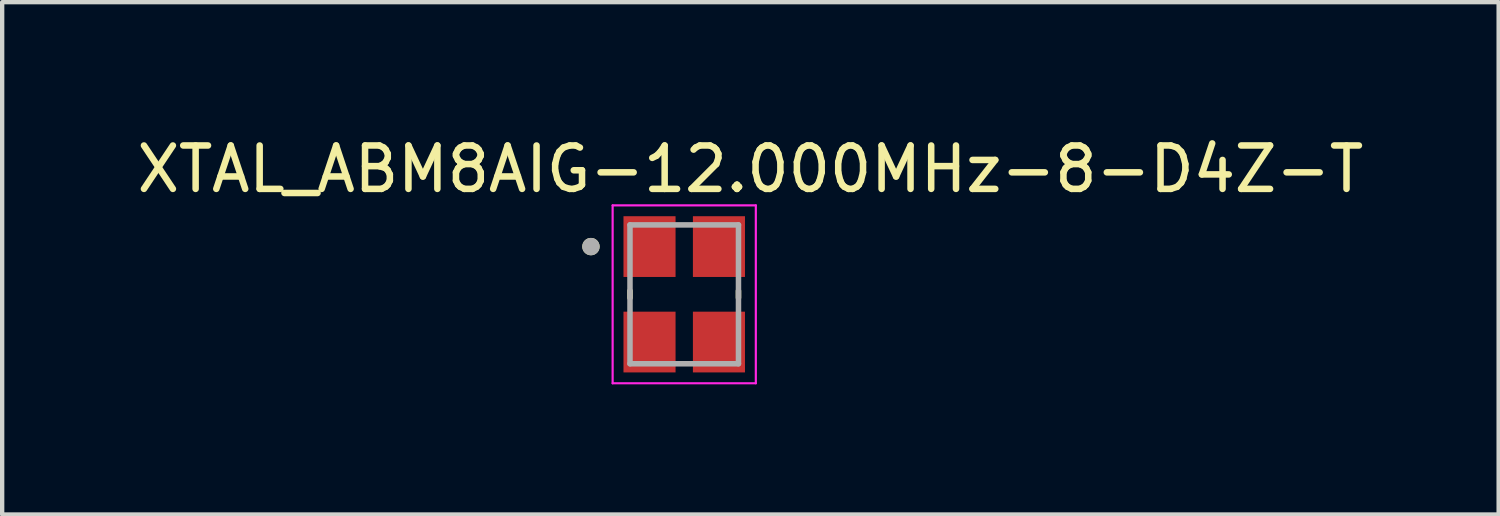
<source format=kicad_pcb>
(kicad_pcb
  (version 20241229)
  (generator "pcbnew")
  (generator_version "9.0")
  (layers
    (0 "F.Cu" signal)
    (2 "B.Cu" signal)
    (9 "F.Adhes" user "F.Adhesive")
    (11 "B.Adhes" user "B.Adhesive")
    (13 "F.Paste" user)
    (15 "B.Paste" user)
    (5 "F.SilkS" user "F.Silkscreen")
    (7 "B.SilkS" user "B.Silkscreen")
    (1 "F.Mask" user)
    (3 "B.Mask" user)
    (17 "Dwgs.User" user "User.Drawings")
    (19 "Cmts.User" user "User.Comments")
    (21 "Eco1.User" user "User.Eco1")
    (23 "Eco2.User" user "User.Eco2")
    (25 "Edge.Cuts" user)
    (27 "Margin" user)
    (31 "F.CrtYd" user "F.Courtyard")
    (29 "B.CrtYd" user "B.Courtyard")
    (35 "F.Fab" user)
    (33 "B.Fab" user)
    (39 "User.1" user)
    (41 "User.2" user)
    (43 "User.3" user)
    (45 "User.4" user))
  (footprint "XTAL_ABM8AIG-12.000MHz-8-D4Z-T"
    (layer "F.Cu")
    (at 12.719 3.733)
    (property "Reference" "XTAL_ABM8AIG-12.000MHz-8-D4Z-T" (at 1.525 -2.885 0) (layer "F.SilkS") (effects (font (size 1 1) (thickness 0.15))))
    (attr smd)
    (fp_line (start -1.25 -0.08) (end -1.25 0.08) (stroke (width 0.127) (type solid)) (layer "F.SilkS"))
    (fp_line (start 1.25 -0.08) (end 1.25 0.08) (stroke (width 0.127) (type solid)) (layer "F.SilkS"))
    (fp_circle (center -2.15 -1.1) (end -2.05 -1.1) (stroke (width 0.2) (type solid)) (fill no) (layer "F.SilkS"))
    (fp_line (start -1.65 -2.05) (end -1.65 2.05) (stroke (width 0.05) (type solid)) (layer "F.CrtYd"))
    (fp_line (start -1.65 -2.05) (end 1.65 -2.05) (stroke (width 0.05) (type solid)) (layer "F.CrtYd"))
    (fp_line (start 1.65 -2.05) (end 1.65 2.05) (stroke (width 0.05) (type solid)) (layer "F.CrtYd"))
    (fp_line (start 1.65 2.05) (end -1.65 2.05) (stroke (width 0.05) (type solid)) (layer "F.CrtYd"))
    (fp_line (start -1.25 -1.6) (end -1.25 1.6) (stroke (width 0.127) (type solid)) (layer "F.Fab"))
    (fp_line (start -1.25 -1.6) (end 1.25 -1.6) (stroke (width 0.127) (type solid)) (layer "F.Fab"))
    (fp_line (start 1.25 -1.6) (end 1.25 1.6) (stroke (width 0.127) (type solid)) (layer "F.Fab"))
    (fp_line (start 1.25 1.6) (end -1.25 1.6) (stroke (width 0.127) (type solid)) (layer "F.Fab"))
    (fp_circle (center -2.15 -1.1) (end -2.05 -1.1) (stroke (width 0.2) (type solid)) (fill no) (layer "F.Fab"))
    (pad "1" smd rect (at -0.8 -1.1) (size 1.2 1.4) (layers "F.Cu" "F.Mask" "F.Paste"))
    (pad "2" smd rect (at -0.8 1.1) (size 1.2 1.4) (layers "F.Cu" "F.Mask" "F.Paste"))
    (pad "3" smd rect (at 0.8 1.1) (size 1.2 1.4) (layers "F.Cu" "F.Mask" "F.Paste"))
    (pad "4" smd rect (at 0.8 -1.1) (size 1.2 1.4) (layers "F.Cu" "F.Mask" "F.Paste")))
  (gr_rect
    (start -3 -3)
    (end 31.488 8.808)
    (stroke (width 0.1) (type default))
    (fill no)
    (layer "Edge.Cuts")))
</source>
